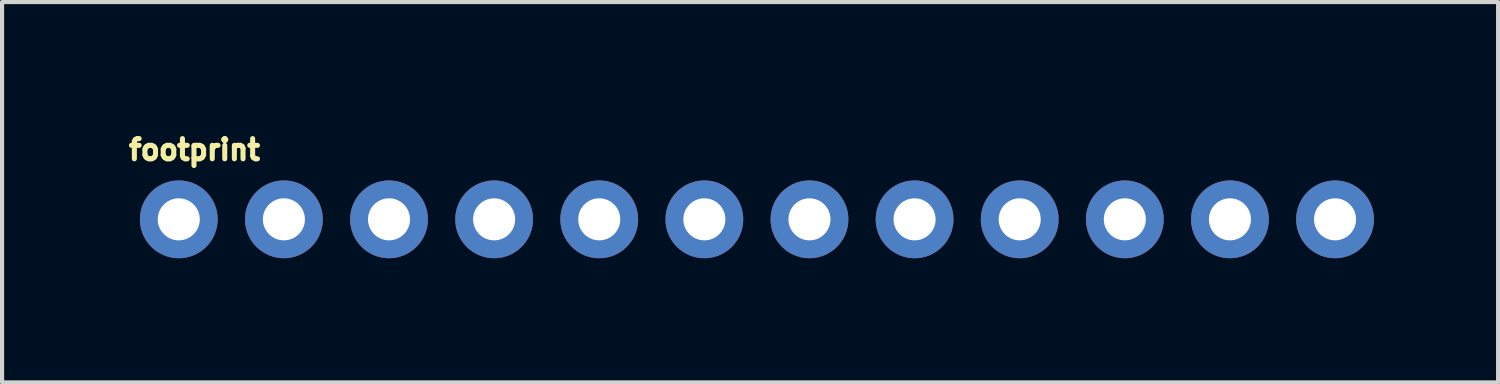
<source format=kicad_pcb>
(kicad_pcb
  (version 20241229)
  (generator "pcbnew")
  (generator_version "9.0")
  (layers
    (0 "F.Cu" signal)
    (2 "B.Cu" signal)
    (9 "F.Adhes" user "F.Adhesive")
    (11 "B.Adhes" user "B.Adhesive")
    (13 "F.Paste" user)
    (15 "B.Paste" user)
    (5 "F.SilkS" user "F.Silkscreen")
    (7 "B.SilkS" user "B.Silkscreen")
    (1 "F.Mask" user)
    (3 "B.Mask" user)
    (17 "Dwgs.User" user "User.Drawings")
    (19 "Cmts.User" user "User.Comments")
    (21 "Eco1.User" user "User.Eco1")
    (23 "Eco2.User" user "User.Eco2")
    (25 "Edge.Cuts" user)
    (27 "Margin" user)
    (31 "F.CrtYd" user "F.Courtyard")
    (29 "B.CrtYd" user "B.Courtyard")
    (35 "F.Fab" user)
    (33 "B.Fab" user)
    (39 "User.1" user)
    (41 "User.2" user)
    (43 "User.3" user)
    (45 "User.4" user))
  (footprint "footprint"
    (layer "F.Cu")
    (at 1.27 2.25)
    (property "Reference" "footprint" (at -1.27 -1.397 0) (layer "F.SilkS") (effects (font (size 0.488 0.488) (thickness 0.122)) (justify left bottom)))
    (pad "1" thru_hole circle (at 0 0 90) (size 1.88 1.88) (drill 1.016) (layers "*.Cu" "*.Mask"))
    (pad "2" thru_hole circle (at 2.54 0 90) (size 1.88 1.88) (drill 1.016) (layers "*.Cu" "*.Mask"))
    (pad "3" thru_hole circle (at 5.08 0 90) (size 1.88 1.88) (drill 1.016) (layers "*.Cu" "*.Mask"))
    (pad "4" thru_hole circle (at 7.62 0 90) (size 1.88 1.88) (drill 1.016) (layers "*.Cu" "*.Mask"))
    (pad "5" thru_hole circle (at 10.16 0 90) (size 1.88 1.88) (drill 1.016) (layers "*.Cu" "*.Mask"))
    (pad "6" thru_hole circle (at 12.7 0 90) (size 1.88 1.88) (drill 1.016) (layers "*.Cu" "*.Mask"))
    (pad "7" thru_hole circle (at 15.24 0 90) (size 1.88 1.88) (drill 1.016) (layers "*.Cu" "*.Mask"))
    (pad "8" thru_hole circle (at 17.78 0 90) (size 1.88 1.88) (drill 1.016) (layers "*.Cu" "*.Mask"))
    (pad "9" thru_hole circle (at 20.32 0 90) (size 1.88 1.88) (drill 1.016) (layers "*.Cu" "*.Mask"))
    (pad "10" thru_hole circle (at 22.86 0 90) (size 1.88 1.88) (drill 1.016) (layers "*.Cu" "*.Mask"))
    (pad "11" thru_hole circle (at 25.4 0 90) (size 1.88 1.88) (drill 1.016) (layers "*.Cu" "*.Mask"))
    (pad "12" thru_hole circle (at 27.94 0 90) (size 1.88 1.88) (drill 1.016) (layers "*.Cu" "*.Mask")))
  (gr_rect
    (start -3 -3)
    (end 33.15 6.19)
    (stroke (width 0.1) (type default))
    (fill no)
    (layer "Edge.Cuts")))
</source>
